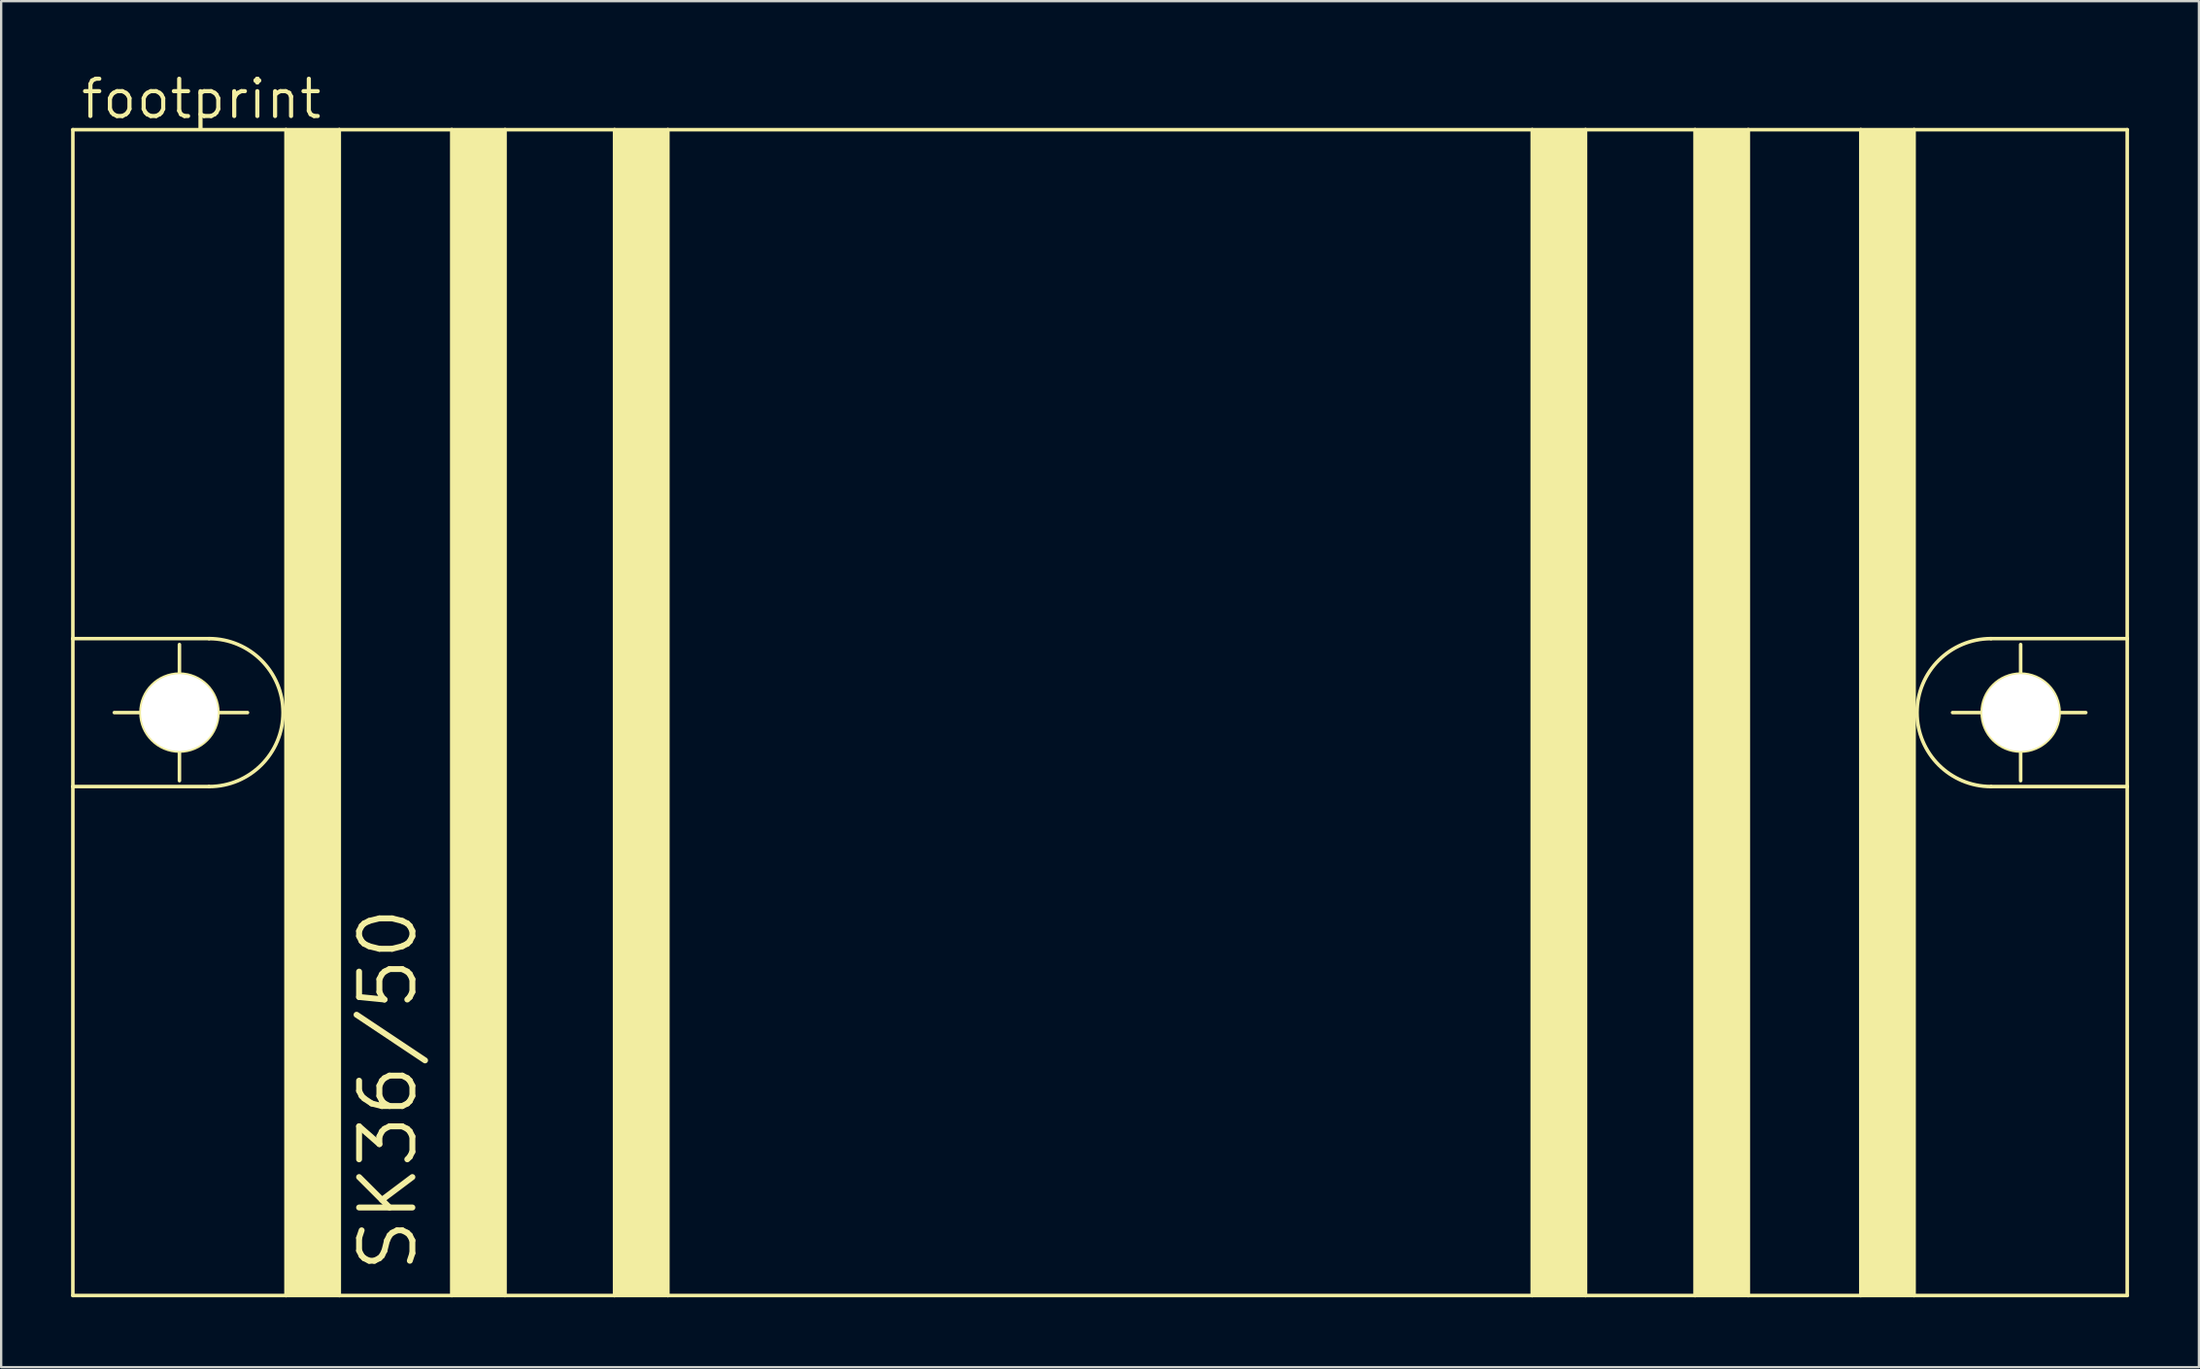
<source format=kicad_pcb>
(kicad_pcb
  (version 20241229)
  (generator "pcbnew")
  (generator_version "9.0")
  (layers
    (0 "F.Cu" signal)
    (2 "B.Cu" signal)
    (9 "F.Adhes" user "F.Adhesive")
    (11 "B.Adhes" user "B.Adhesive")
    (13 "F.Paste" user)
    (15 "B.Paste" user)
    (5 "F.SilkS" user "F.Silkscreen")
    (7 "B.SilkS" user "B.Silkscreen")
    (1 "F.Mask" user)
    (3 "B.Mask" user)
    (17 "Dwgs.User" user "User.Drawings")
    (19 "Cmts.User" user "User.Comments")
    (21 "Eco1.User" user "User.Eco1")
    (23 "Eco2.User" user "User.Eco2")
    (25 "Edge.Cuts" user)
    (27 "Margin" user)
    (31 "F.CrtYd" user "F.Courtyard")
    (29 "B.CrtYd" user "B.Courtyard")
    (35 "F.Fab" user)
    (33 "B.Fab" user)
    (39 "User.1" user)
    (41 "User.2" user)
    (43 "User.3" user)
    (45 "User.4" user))
  (footprint "footprint"
    (layer "F.Cu")
    (at 44.145 27.534)
    (property "Reference" "footprint" (at -43.815 -25.4 0) (layer "F.SilkS") (effects (font (size 1.6 1.6) (thickness 0.178)) (justify left bottom)))
    (fp_line (start -44.069 -25.019) (end -34.925 -25.019) (stroke (width 0.152) (type solid)) (layer "F.SilkS"))
    (fp_line (start -44.069 -3.175) (end -44.069 -25.019) (stroke (width 0.152) (type solid)) (layer "F.SilkS"))
    (fp_line (start -44.069 -3.175) (end -38.227 -3.175) (stroke (width 0.152) (type solid)) (layer "F.SilkS"))
    (fp_line (start -44.069 3.175) (end -44.069 -3.175) (stroke (width 0.152) (type solid)) (layer "F.SilkS"))
    (fp_line (start -44.069 25.019) (end -44.069 3.175) (stroke (width 0.152) (type solid)) (layer "F.SilkS"))
    (fp_line (start -42.291 0) (end -36.576 0) (stroke (width 0.152) (type solid)) (layer "F.SilkS"))
    (fp_line (start -39.497 -2.921) (end -39.497 2.921) (stroke (width 0.152) (type solid)) (layer "F.SilkS"))
    (fp_line (start -38.227 3.175) (end -44.069 3.175) (stroke (width 0.152) (type solid)) (layer "F.SilkS"))
    (fp_line (start -34.925 -25.019) (end -32.639 -25.019) (stroke (width 0.152) (type solid)) (layer "F.SilkS"))
    (fp_line (start -34.925 25.019) (end -44.069 25.019) (stroke (width 0.152) (type solid)) (layer "F.SilkS"))
    (fp_line (start -34.925 25.019) (end -34.925 -25.019) (stroke (width 0.152) (type solid)) (layer "F.SilkS"))
    (fp_line (start -32.639 -25.019) (end -27.813 -25.019) (stroke (width 0.152) (type solid)) (layer "F.SilkS"))
    (fp_line (start -32.639 25.019) (end -34.925 25.019) (stroke (width 0.152) (type solid)) (layer "F.SilkS"))
    (fp_line (start -32.639 25.019) (end -32.639 -25.019) (stroke (width 0.152) (type solid)) (layer "F.SilkS"))
    (fp_line (start -27.813 -25.019) (end -25.527 -25.019) (stroke (width 0.152) (type solid)) (layer "F.SilkS"))
    (fp_line (start -27.813 25.019) (end -32.639 25.019) (stroke (width 0.152) (type solid)) (layer "F.SilkS"))
    (fp_line (start -27.813 25.019) (end -27.813 -25.019) (stroke (width 0.152) (type solid)) (layer "F.SilkS"))
    (fp_line (start -25.527 -25.019) (end -20.828 -25.019) (stroke (width 0.152) (type solid)) (layer "F.SilkS"))
    (fp_line (start -25.527 25.019) (end -27.813 25.019) (stroke (width 0.152) (type solid)) (layer "F.SilkS"))
    (fp_line (start -25.527 25.019) (end -25.527 -25.019) (stroke (width 0.152) (type solid)) (layer "F.SilkS"))
    (fp_line (start -20.828 -25.019) (end -18.542 -25.019) (stroke (width 0.152) (type solid)) (layer "F.SilkS"))
    (fp_line (start -20.828 25.019) (end -25.527 25.019) (stroke (width 0.152) (type solid)) (layer "F.SilkS"))
    (fp_line (start -20.828 25.019) (end -20.828 -25.019) (stroke (width 0.152) (type solid)) (layer "F.SilkS"))
    (fp_line (start -18.542 -25.019) (end 18.542 -25.019) (stroke (width 0.152) (type solid)) (layer "F.SilkS"))
    (fp_line (start -18.542 25.019) (end -20.828 25.019) (stroke (width 0.152) (type solid)) (layer "F.SilkS"))
    (fp_line (start -18.542 25.019) (end -18.542 -25.019) (stroke (width 0.152) (type solid)) (layer "F.SilkS"))
    (fp_line (start 18.542 -25.019) (end 18.542 25.019) (stroke (width 0.152) (type solid)) (layer "F.SilkS"))
    (fp_line (start 18.542 -25.019) (end 20.828 -25.019) (stroke (width 0.152) (type solid)) (layer "F.SilkS"))
    (fp_line (start 18.542 25.019) (end -18.542 25.019) (stroke (width 0.152) (type solid)) (layer "F.SilkS"))
    (fp_line (start 20.828 -25.019) (end 20.828 25.019) (stroke (width 0.152) (type solid)) (layer "F.SilkS"))
    (fp_line (start 20.828 -25.019) (end 25.527 -25.019) (stroke (width 0.152) (type solid)) (layer "F.SilkS"))
    (fp_line (start 20.828 25.019) (end 18.542 25.019) (stroke (width 0.152) (type solid)) (layer "F.SilkS"))
    (fp_line (start 25.527 -25.019) (end 25.527 25.019) (stroke (width 0.152) (type solid)) (layer "F.SilkS"))
    (fp_line (start 25.527 -25.019) (end 27.813 -25.019) (stroke (width 0.152) (type solid)) (layer "F.SilkS"))
    (fp_line (start 25.527 25.019) (end 20.828 25.019) (stroke (width 0.152) (type solid)) (layer "F.SilkS"))
    (fp_line (start 27.813 -25.019) (end 27.813 25.019) (stroke (width 0.152) (type solid)) (layer "F.SilkS"))
    (fp_line (start 27.813 -25.019) (end 32.639 -25.019) (stroke (width 0.152) (type solid)) (layer "F.SilkS"))
    (fp_line (start 27.813 25.019) (end 25.527 25.019) (stroke (width 0.152) (type solid)) (layer "F.SilkS"))
    (fp_line (start 32.639 -25.019) (end 32.639 25.019) (stroke (width 0.152) (type solid)) (layer "F.SilkS"))
    (fp_line (start 32.639 -25.019) (end 34.925 -25.019) (stroke (width 0.152) (type solid)) (layer "F.SilkS"))
    (fp_line (start 32.639 25.019) (end 27.813 25.019) (stroke (width 0.152) (type solid)) (layer "F.SilkS"))
    (fp_line (start 34.925 -25.019) (end 34.925 25.019) (stroke (width 0.152) (type solid)) (layer "F.SilkS"))
    (fp_line (start 34.925 -25.019) (end 44.069 -25.019) (stroke (width 0.152) (type solid)) (layer "F.SilkS"))
    (fp_line (start 34.925 25.019) (end 32.639 25.019) (stroke (width 0.152) (type solid)) (layer "F.SilkS"))
    (fp_line (start 38.227 -3.175) (end 44.069 -3.175) (stroke (width 0.152) (type solid)) (layer "F.SilkS"))
    (fp_line (start 39.497 2.921) (end 39.497 -2.921) (stroke (width 0.152) (type solid)) (layer "F.SilkS"))
    (fp_line (start 42.291 0) (end 36.576 0) (stroke (width 0.152) (type solid)) (layer "F.SilkS"))
    (fp_line (start 44.069 -25.019) (end 44.069 -3.175) (stroke (width 0.152) (type solid)) (layer "F.SilkS"))
    (fp_line (start 44.069 -3.175) (end 44.069 3.175) (stroke (width 0.152) (type solid)) (layer "F.SilkS"))
    (fp_line (start 44.069 3.175) (end 38.227 3.175) (stroke (width 0.152) (type solid)) (layer "F.SilkS"))
    (fp_line (start 44.069 3.175) (end 44.069 25.019) (stroke (width 0.152) (type solid)) (layer "F.SilkS"))
    (fp_line (start 44.069 25.019) (end 34.925 25.019) (stroke (width 0.152) (type solid)) (layer "F.SilkS"))
    (fp_arc (start -38.227 -3.175) (mid -35.052 0) (end -38.227 3.175) (stroke (width 0.1524) (type solid)) (layer "F.SilkS"))
    (fp_arc (start 38.227 3.175) (mid 35.052 0) (end 38.227 -3.175) (stroke (width 0.1524) (type solid)) (layer "F.SilkS"))
    (fp_circle (center -39.497 0) (end -37.846 0) (stroke (width 0.152) (type solid)) (fill no) (layer "F.SilkS"))
    (fp_circle (center 39.497 0) (end 41.148 0) (stroke (width 0.152) (type solid)) (fill no) (layer "F.SilkS"))
    (fp_poly (pts (xy -34.925 25.019) (xy -32.639 25.019) (xy -32.639 -25.019) (xy -34.925 -25.019)) (stroke (width 0) (type solid)) (fill yes) (layer "F.SilkS"))
    (fp_poly (pts (xy -27.813 25.019) (xy -25.527 25.019) (xy -25.527 -25.019) (xy -27.813 -25.019)) (stroke (width 0) (type solid)) (fill yes) (layer "F.SilkS"))
    (fp_poly (pts (xy -20.828 25.019) (xy -18.542 25.019) (xy -18.542 -25.019) (xy -20.828 -25.019)) (stroke (width 0) (type solid)) (fill yes) (layer "F.SilkS"))
    (fp_poly (pts (xy 18.542 25.019) (xy 20.828 25.019) (xy 20.828 -25.019) (xy 18.542 -25.019)) (stroke (width 0) (type solid)) (fill yes) (layer "F.SilkS"))
    (fp_poly (pts (xy 25.527 25.019) (xy 27.813 25.019) (xy 27.813 -25.019) (xy 25.527 -25.019)) (stroke (width 0) (type solid)) (fill yes) (layer "F.SilkS"))
    (fp_poly (pts (xy 32.639 25.019) (xy 34.925 25.019) (xy 34.925 -25.019) (xy 32.639 -25.019)) (stroke (width 0) (type solid)) (fill yes) (layer "F.SilkS"))
    (fp_text user "SK36/50" (at -29.21 24.13 90) (layer "F.SilkS") (effects (font (size 2.286 2.286) (thickness 0.254)) (justify left bottom)))
    (pad "" np_thru_hole circle (at -39.497 0) (size 3.302 3.302) (drill 3.302) (layers "*.Cu" "*.Mask"))
    (pad "" np_thru_hole circle (at 39.497 0) (size 3.302 3.302) (drill 3.302) (layers "*.Cu" "*.Mask"))
    (zone (net_name "") (layer "B.Cu") (hatch edge 0.508) (connect_pads) (min_thickness 0.254) (filled_areas_thickness no) (keepout (tracks not_allowed) (vias not_allowed) (pads not_allowed) (copperpour not_allowed) (footprints allowed)) (placement (enabled no)) (fill) (polygon (pts (xy 8.839 27.534) (xy 8.776 26.806) (xy 8.586 26.1) (xy 8.278 25.438) (xy 7.859 24.84) (xy 7.342 24.323) (xy 6.744 23.904) (xy 6.082 23.595) (xy 5.376 23.406) (xy 4.648 23.343) (xy 3.92 23.406) (xy 3.215 23.595) (xy 2.553 23.904) (xy 1.954 24.323) (xy 1.438 24.84) (xy 1.019 25.438) (xy 0.71 26.1) (xy 0.521 26.806) (xy 0.457 27.534) (xy 0.521 28.261) (xy 0.71 28.967) (xy 1.019 29.629) (xy 1.438 30.228) (xy 1.954 30.744) (xy 2.553 31.163) (xy 3.215 31.472) (xy 3.92 31.661) (xy 4.648 31.725) (xy 5.376 31.661) (xy 6.082 31.472) (xy 6.744 31.163) (xy 7.342 30.744) (xy 7.859 30.228) (xy 8.278 29.629) (xy 8.586 28.967) (xy 8.776 28.261))) (polygon (pts (xy 6.299 27.534) (xy 6.274 27.247) (xy 6.2 26.969) (xy 6.078 26.708) (xy 5.913 26.472) (xy 5.709 26.269) (xy 5.474 26.104) (xy 5.213 25.982) (xy 4.935 25.908) (xy 4.648 25.883) (xy 4.362 25.908) (xy 4.084 25.982) (xy 3.823 26.104) (xy 3.587 26.269) (xy 3.383 26.472) (xy 3.218 26.708) (xy 3.097 26.969) (xy 3.022 27.247) (xy 2.997 27.534) (xy 3.022 27.82) (xy 3.097 28.098) (xy 3.218 28.359) (xy 3.383 28.595) (xy 3.587 28.798) (xy 3.823 28.963) (xy 4.084 29.085) (xy 4.362 29.16) (xy 4.648 29.185) (xy 4.935 29.16) (xy 5.213 29.085) (xy 5.474 28.963) (xy 5.709 28.798) (xy 5.913 28.595) (xy 6.078 28.359) (xy 6.2 28.098) (xy 6.274 27.82))))
    (zone (net_name "") (layer "B.Cu") (hatch edge 0.508) (connect_pads) (min_thickness 0.254) (filled_areas_thickness no) (keepout (tracks not_allowed) (vias not_allowed) (pads not_allowed) (copperpour not_allowed) (footprints allowed)) (placement (enabled no)) (fill) (polygon (pts (xy 87.833 27.534) (xy 87.77 26.806) (xy 87.58 26.1) (xy 87.272 25.438) (xy 86.853 24.84) (xy 86.336 24.323) (xy 85.738 23.904) (xy 85.076 23.595) (xy 84.37 23.406) (xy 83.642 23.343) (xy 82.914 23.406) (xy 82.209 23.595) (xy 81.547 23.904) (xy 80.948 24.323) (xy 80.432 24.84) (xy 80.013 25.438) (xy 79.704 26.1) (xy 79.515 26.806) (xy 79.451 27.534) (xy 79.515 28.261) (xy 79.704 28.967) (xy 80.013 29.629) (xy 80.432 30.228) (xy 80.948 30.744) (xy 81.547 31.163) (xy 82.209 31.472) (xy 82.914 31.661) (xy 83.642 31.725) (xy 84.37 31.661) (xy 85.076 31.472) (xy 85.738 31.163) (xy 86.336 30.744) (xy 86.853 30.228) (xy 87.272 29.629) (xy 87.58 28.967) (xy 87.77 28.261))) (polygon (pts (xy 85.293 27.534) (xy 85.268 27.247) (xy 85.194 26.969) (xy 85.072 26.708) (xy 84.907 26.472) (xy 84.703 26.269) (xy 84.468 26.104) (xy 84.207 25.982) (xy 83.929 25.908) (xy 83.642 25.883) (xy 83.356 25.908) (xy 83.078 25.982) (xy 82.817 26.104) (xy 82.581 26.269) (xy 82.377 26.472) (xy 82.212 26.708) (xy 82.091 26.969) (xy 82.016 27.247) (xy 81.991 27.534) (xy 82.016 27.82) (xy 82.091 28.098) (xy 82.212 28.359) (xy 82.377 28.595) (xy 82.581 28.798) (xy 82.817 28.963) (xy 83.078 29.085) (xy 83.356 29.16) (xy 83.642 29.185) (xy 83.929 29.16) (xy 84.207 29.085) (xy 84.468 28.963) (xy 84.703 28.798) (xy 84.907 28.595) (xy 85.072 28.359) (xy 85.194 28.098) (xy 85.268 27.82)))))
  (gr_rect
    (start -3 -3)
    (end 91.29 55.629)
    (stroke (width 0.1) (type default))
    (fill no)
    (layer "Edge.Cuts")))
</source>
